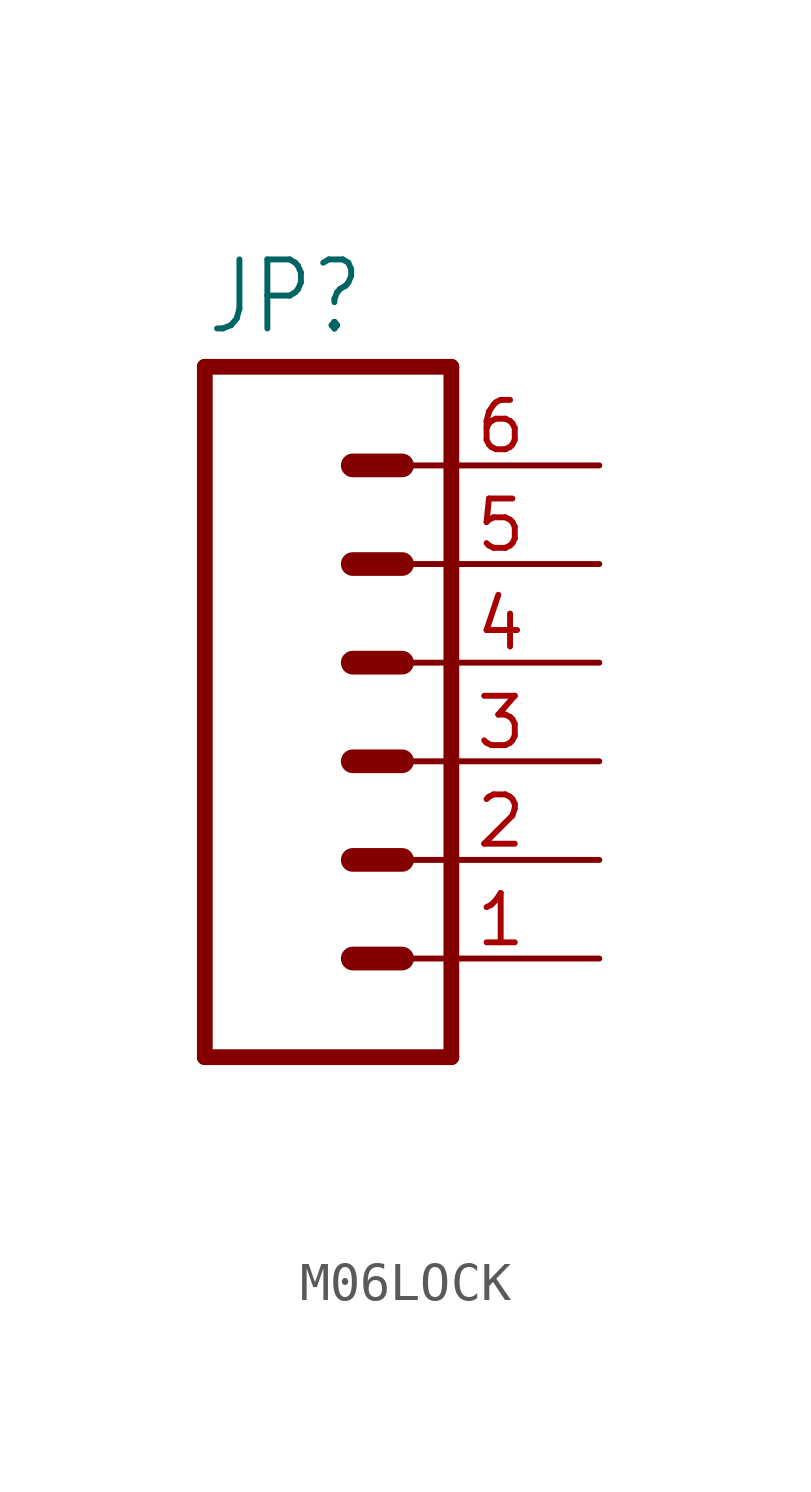
<source format=kicad_sym>
(kicad_symbol_lib
  (version 20231120)
  (generator "kicad_symbol_editor")
  (generator_version "8.0")
  (symbol "M06LOCK"
    (property "Reference" "JP"
      (at -5.08 10.922 0)
      (effects (font (size 1.778 1.511)) (justify left bottom)))
    (property "Value" ""
      (at -5.08 -10.16 0)
      (effects (font (size 1.778 1.511)) (justify left bottom)))
    (property "ki_locked" ""
      (at 0 0 0)
      (effects (font (size 1.27 1.27))))
    (symbol "M06LOCK_1_0"
      (polyline (pts (xy -5.08 10.16) (xy -5.08 -7.62)) (stroke (width 0.406) (type solid)) (fill (type none)))
      (polyline (pts (xy -5.08 10.16) (xy 1.27 10.16)) (stroke (width 0.406) (type solid)) (fill (type none)))
      (polyline (pts (xy -1.27 -5.08) (xy 0 -5.08)) (stroke (width 0.61) (type solid)) (fill (type none)))
      (polyline (pts (xy -1.27 -2.54) (xy 0 -2.54)) (stroke (width 0.61) (type solid)) (fill (type none)))
      (polyline (pts (xy -1.27 0) (xy 0 0)) (stroke (width 0.61) (type solid)) (fill (type none)))
      (polyline (pts (xy -1.27 2.54) (xy 0 2.54)) (stroke (width 0.61) (type solid)) (fill (type none)))
      (polyline (pts (xy -1.27 5.08) (xy 0 5.08)) (stroke (width 0.61) (type solid)) (fill (type none)))
      (polyline (pts (xy -1.27 7.62) (xy 0 7.62)) (stroke (width 0.61) (type solid)) (fill (type none)))
      (polyline (pts (xy 1.27 -7.62) (xy -5.08 -7.62)) (stroke (width 0.406) (type solid)) (fill (type none)))
      (polyline (pts (xy 1.27 -7.62) (xy 1.27 10.16)) (stroke (width 0.406) (type solid)) (fill (type none)))
      (pin passive line (at 5.08 -5.08 180) (length 5.08) (name "1" (effects (font (size 0 0)))) (number "1" (effects (font (size 1.27 1.27)))))
      (pin passive line (at 5.08 -2.54 180) (length 5.08) (name "2" (effects (font (size 0 0)))) (number "2" (effects (font (size 1.27 1.27)))))
      (pin passive line (at 5.08 0 180) (length 5.08) (name "3" (effects (font (size 0 0)))) (number "3" (effects (font (size 1.27 1.27)))))
      (pin passive line (at 5.08 2.54 180) (length 5.08) (name "4" (effects (font (size 0 0)))) (number "4" (effects (font (size 1.27 1.27)))))
      (pin passive line (at 5.08 5.08 180) (length 5.08) (name "5" (effects (font (size 0 0)))) (number "5" (effects (font (size 1.27 1.27)))))
      (pin passive line (at 5.08 7.62 180) (length 5.08) (name "6" (effects (font (size 0 0)))) (number "6" (effects (font (size 1.27 1.27))))))))
</source>
